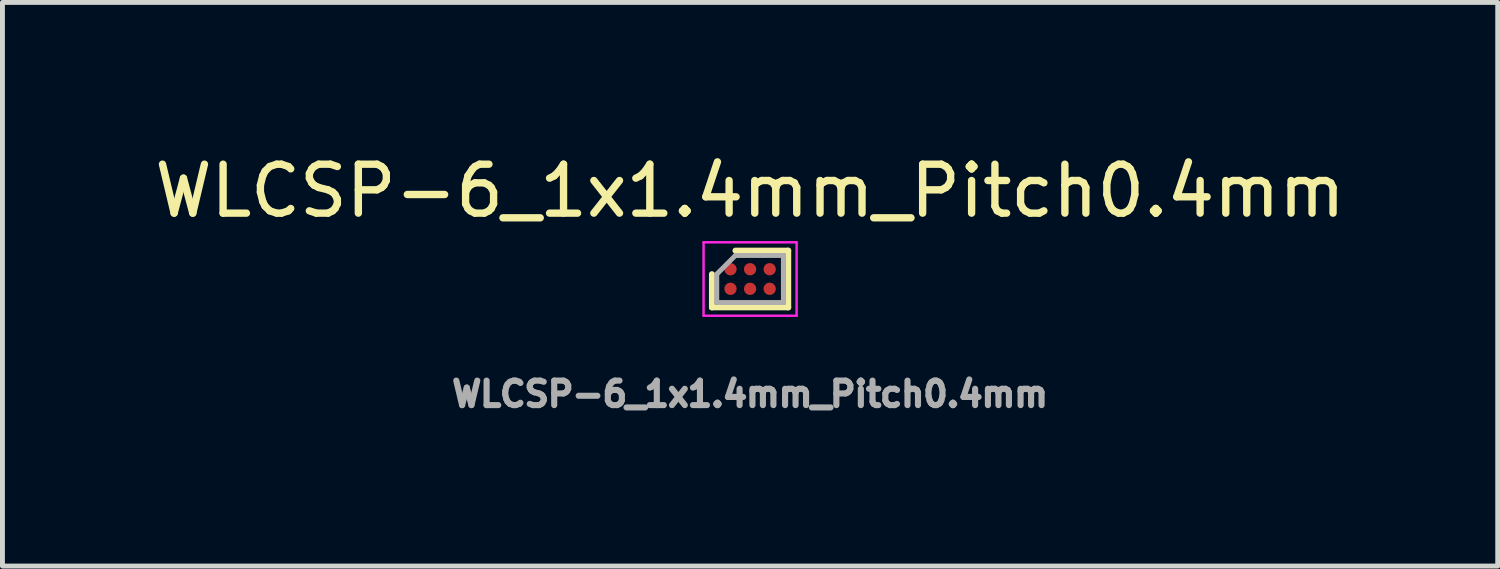
<source format=kicad_pcb>
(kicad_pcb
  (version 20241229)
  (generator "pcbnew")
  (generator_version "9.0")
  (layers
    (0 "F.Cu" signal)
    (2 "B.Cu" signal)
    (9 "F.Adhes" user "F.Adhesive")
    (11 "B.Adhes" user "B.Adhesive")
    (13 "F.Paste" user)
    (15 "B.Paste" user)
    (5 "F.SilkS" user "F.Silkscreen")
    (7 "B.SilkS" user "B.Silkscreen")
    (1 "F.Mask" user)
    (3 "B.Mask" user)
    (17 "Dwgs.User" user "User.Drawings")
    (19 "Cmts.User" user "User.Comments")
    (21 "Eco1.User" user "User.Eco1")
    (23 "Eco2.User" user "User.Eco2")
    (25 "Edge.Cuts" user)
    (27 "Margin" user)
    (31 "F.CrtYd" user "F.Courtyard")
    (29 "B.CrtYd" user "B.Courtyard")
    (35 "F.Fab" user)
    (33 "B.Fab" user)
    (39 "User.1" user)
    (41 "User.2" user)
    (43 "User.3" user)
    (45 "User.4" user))
  (footprint "WLCSP-6_1x1.4mm_Pitch0.4mm"
    (layer "F.Cu")
    (at 12.268 2.648)
    (property "Reference" "WLCSP-6_1x1.4mm_Pitch0.4mm" (at 0 -1.8 0) (layer "F.SilkS") (effects (font (size 1 1) (thickness 0.15))))
    (attr smd)
    (fp_line (start -0.78 0.58) (end -0.78 -0.1) (stroke (width 0.12) (type solid)) (layer "F.SilkS"))
    (fp_line (start -0.3 -0.58) (end 0.78 -0.58) (stroke (width 0.12) (type solid)) (layer "F.SilkS"))
    (fp_line (start 0.78 -0.58) (end 0.78 0.58) (stroke (width 0.12) (type solid)) (layer "F.SilkS"))
    (fp_line (start 0.78 0.58) (end -0.78 0.58) (stroke (width 0.12) (type solid)) (layer "F.SilkS"))
    (fp_line (start -0.95 -0.75) (end 0.95 -0.75) (stroke (width 0.05) (type solid)) (layer "F.CrtYd"))
    (fp_line (start -0.95 0.75) (end -0.95 -0.75) (stroke (width 0.05) (type solid)) (layer "F.CrtYd"))
    (fp_line (start 0.95 -0.75) (end 0.95 0.75) (stroke (width 0.05) (type solid)) (layer "F.CrtYd"))
    (fp_line (start 0.95 0.75) (end -0.95 0.75) (stroke (width 0.05) (type solid)) (layer "F.CrtYd"))
    (fp_line (start -0.68 -0.1) (end -0.3 -0.48) (stroke (width 0.1) (type solid)) (layer "F.Fab"))
    (fp_line (start -0.68 0.48) (end -0.68 -0.1) (stroke (width 0.1) (type solid)) (layer "F.Fab"))
    (fp_line (start -0.3 -0.48) (end 0.68 -0.48) (stroke (width 0.1) (type solid)) (layer "F.Fab"))
    (fp_line (start 0.68 -0.48) (end 0.68 0.48) (stroke (width 0.1) (type solid)) (layer "F.Fab"))
    (fp_line (start 0.68 0.48) (end -0.68 0.48) (stroke (width 0.1) (type solid)) (layer "F.Fab"))
    (fp_text user "${REFERENCE}" (at 0 2.35 0) (layer "F.Fab") (effects (font (size 0.5 0.5) (thickness 0.125))))
    (pad "A1" smd circle (at -0.4 -0.2 90) (size 0.25 0.25) (layers "F.Cu" "F.Mask" "F.Paste"))
    (pad "A2" smd circle (at -0.4 0.2 90) (size 0.25 0.25) (layers "F.Cu" "F.Mask" "F.Paste"))
    (pad "B1" smd circle (at 0 -0.2 90) (size 0.25 0.25) (layers "F.Cu" "F.Mask" "F.Paste"))
    (pad "B2" smd circle (at 0 0.2 90) (size 0.25 0.25) (layers "F.Cu" "F.Mask" "F.Paste"))
    (pad "C1" smd circle (at 0.4 -0.2 90) (size 0.25 0.25) (layers "F.Cu" "F.Mask" "F.Paste"))
    (pad "C2" smd circle (at 0.4 0.2 90) (size 0.25 0.25) (layers "F.Cu" "F.Mask" "F.Paste")))
  (gr_rect
    (start -3 -3)
    (end 27.536 8.51)
    (stroke (width 0.1) (type default))
    (fill no)
    (layer "Edge.Cuts")))
</source>
